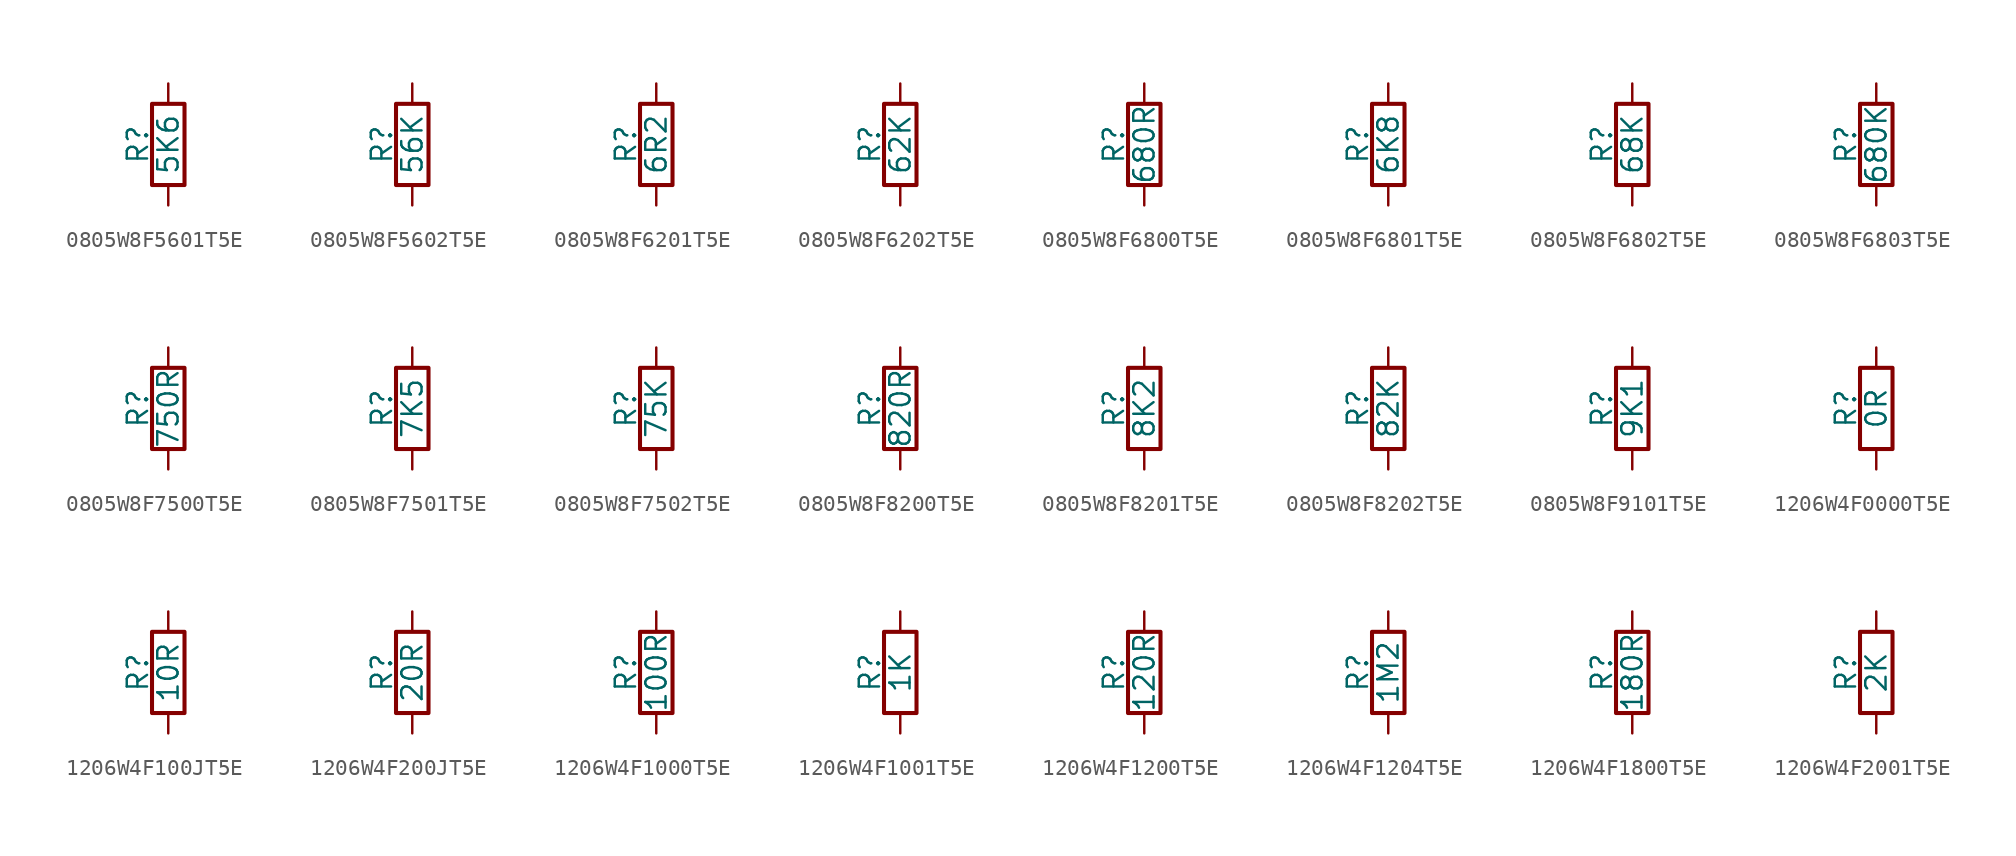
<source format=kicad_sym>
(kicad_symbol_lib
  (version 20211014)
  (generator conandllu_kicad_symbol_generator_20230404_23:29:43)
  (symbol "0805W8F5601T5E"
    (pin_numbers hide)
    (pin_names
      (offset 0))
    (property "Reference" "R"
      (at -1.905 0 90)
      (effects (font (size 1.27 1.27))))
    (property "Value" "5K6"
      (at 0 0 90)
      (effects (font (size 1.27 1.27))))
    (symbol "0805W8F5601T5E_0_1"
      (rectangle (start -1.016 -2.54) (end 1.016 2.54) (stroke (width 0.254) (type default) (color 0 0 0 0)) (fill (type none))))
    (symbol "0805W8F5601T5E_1_1"
      (pin passive line (at 0 3.81 270) (length 1.27) (name "~" (effects (font (size 1.27 1.27)))) (number "1" (effects (font (size 1.27 1.27)))))
      (pin passive line (at 0 -3.81 90) (length 1.27) (name "~" (effects (font (size 1.27 1.27)))) (number "2" (effects (font (size 1.27 1.27)))))))
  (symbol "0805W8F5602T5E"
    (pin_numbers hide)
    (pin_names
      (offset 0))
    (property "Reference" "R"
      (at -1.905 0 90)
      (effects (font (size 1.27 1.27))))
    (property "Value" "56K"
      (at 0 0 90)
      (effects (font (size 1.27 1.27))))
    (symbol "0805W8F5602T5E_0_1"
      (rectangle (start -1.016 -2.54) (end 1.016 2.54) (stroke (width 0.254) (type default) (color 0 0 0 0)) (fill (type none))))
    (symbol "0805W8F5602T5E_1_1"
      (pin passive line (at 0 3.81 270) (length 1.27) (name "~" (effects (font (size 1.27 1.27)))) (number "1" (effects (font (size 1.27 1.27)))))
      (pin passive line (at 0 -3.81 90) (length 1.27) (name "~" (effects (font (size 1.27 1.27)))) (number "2" (effects (font (size 1.27 1.27)))))))
  (symbol "0805W8F6201T5E"
    (pin_numbers hide)
    (pin_names
      (offset 0))
    (property "Reference" "R"
      (at -1.905 0 90)
      (effects (font (size 1.27 1.27))))
    (property "Value" "6R2"
      (at 0 0 90)
      (effects (font (size 1.27 1.27))))
    (symbol "0805W8F6201T5E_0_1"
      (rectangle (start -1.016 -2.54) (end 1.016 2.54) (stroke (width 0.254) (type default) (color 0 0 0 0)) (fill (type none))))
    (symbol "0805W8F6201T5E_1_1"
      (pin passive line (at 0 3.81 270) (length 1.27) (name "~" (effects (font (size 1.27 1.27)))) (number "1" (effects (font (size 1.27 1.27)))))
      (pin passive line (at 0 -3.81 90) (length 1.27) (name "~" (effects (font (size 1.27 1.27)))) (number "2" (effects (font (size 1.27 1.27)))))))
  (symbol "0805W8F6202T5E"
    (pin_numbers hide)
    (pin_names
      (offset 0))
    (property "Reference" "R"
      (at -1.905 0 90)
      (effects (font (size 1.27 1.27))))
    (property "Value" "62K"
      (at 0 0 90)
      (effects (font (size 1.27 1.27))))
    (symbol "0805W8F6202T5E_0_1"
      (rectangle (start -1.016 -2.54) (end 1.016 2.54) (stroke (width 0.254) (type default) (color 0 0 0 0)) (fill (type none))))
    (symbol "0805W8F6202T5E_1_1"
      (pin passive line (at 0 3.81 270) (length 1.27) (name "~" (effects (font (size 1.27 1.27)))) (number "1" (effects (font (size 1.27 1.27)))))
      (pin passive line (at 0 -3.81 90) (length 1.27) (name "~" (effects (font (size 1.27 1.27)))) (number "2" (effects (font (size 1.27 1.27)))))))
  (symbol "0805W8F6800T5E"
    (pin_numbers hide)
    (pin_names
      (offset 0))
    (property "Reference" "R"
      (at -1.905 0 90)
      (effects (font (size 1.27 1.27))))
    (property "Value" "680R"
      (at 0 0 90)
      (effects (font (size 1.27 1.27))))
    (symbol "0805W8F6800T5E_0_1"
      (rectangle (start -1.016 -2.54) (end 1.016 2.54) (stroke (width 0.254) (type default) (color 0 0 0 0)) (fill (type none))))
    (symbol "0805W8F6800T5E_1_1"
      (pin passive line (at 0 3.81 270) (length 1.27) (name "~" (effects (font (size 1.27 1.27)))) (number "1" (effects (font (size 1.27 1.27)))))
      (pin passive line (at 0 -3.81 90) (length 1.27) (name "~" (effects (font (size 1.27 1.27)))) (number "2" (effects (font (size 1.27 1.27)))))))
  (symbol "0805W8F6801T5E"
    (pin_numbers hide)
    (pin_names
      (offset 0))
    (property "Reference" "R"
      (at -1.905 0 90)
      (effects (font (size 1.27 1.27))))
    (property "Value" "6K8"
      (at 0 0 90)
      (effects (font (size 1.27 1.27))))
    (symbol "0805W8F6801T5E_0_1"
      (rectangle (start -1.016 -2.54) (end 1.016 2.54) (stroke (width 0.254) (type default) (color 0 0 0 0)) (fill (type none))))
    (symbol "0805W8F6801T5E_1_1"
      (pin passive line (at 0 3.81 270) (length 1.27) (name "~" (effects (font (size 1.27 1.27)))) (number "1" (effects (font (size 1.27 1.27)))))
      (pin passive line (at 0 -3.81 90) (length 1.27) (name "~" (effects (font (size 1.27 1.27)))) (number "2" (effects (font (size 1.27 1.27)))))))
  (symbol "0805W8F6802T5E"
    (pin_numbers hide)
    (pin_names
      (offset 0))
    (property "Reference" "R"
      (at -1.905 0 90)
      (effects (font (size 1.27 1.27))))
    (property "Value" "68K"
      (at 0 0 90)
      (effects (font (size 1.27 1.27))))
    (symbol "0805W8F6802T5E_0_1"
      (rectangle (start -1.016 -2.54) (end 1.016 2.54) (stroke (width 0.254) (type default) (color 0 0 0 0)) (fill (type none))))
    (symbol "0805W8F6802T5E_1_1"
      (pin passive line (at 0 3.81 270) (length 1.27) (name "~" (effects (font (size 1.27 1.27)))) (number "1" (effects (font (size 1.27 1.27)))))
      (pin passive line (at 0 -3.81 90) (length 1.27) (name "~" (effects (font (size 1.27 1.27)))) (number "2" (effects (font (size 1.27 1.27)))))))
  (symbol "0805W8F6803T5E"
    (pin_numbers hide)
    (pin_names
      (offset 0))
    (property "Reference" "R"
      (at -1.905 0 90)
      (effects (font (size 1.27 1.27))))
    (property "Value" "680K"
      (at 0 0 90)
      (effects (font (size 1.27 1.27))))
    (symbol "0805W8F6803T5E_0_1"
      (rectangle (start -1.016 -2.54) (end 1.016 2.54) (stroke (width 0.254) (type default) (color 0 0 0 0)) (fill (type none))))
    (symbol "0805W8F6803T5E_1_1"
      (pin passive line (at 0 3.81 270) (length 1.27) (name "~" (effects (font (size 1.27 1.27)))) (number "1" (effects (font (size 1.27 1.27)))))
      (pin passive line (at 0 -3.81 90) (length 1.27) (name "~" (effects (font (size 1.27 1.27)))) (number "2" (effects (font (size 1.27 1.27)))))))
  (symbol "0805W8F7500T5E"
    (pin_numbers hide)
    (pin_names
      (offset 0))
    (property "Reference" "R"
      (at -1.905 0 90)
      (effects (font (size 1.27 1.27))))
    (property "Value" "750R"
      (at 0 0 90)
      (effects (font (size 1.27 1.27))))
    (symbol "0805W8F7500T5E_0_1"
      (rectangle (start -1.016 -2.54) (end 1.016 2.54) (stroke (width 0.254) (type default) (color 0 0 0 0)) (fill (type none))))
    (symbol "0805W8F7500T5E_1_1"
      (pin passive line (at 0 3.81 270) (length 1.27) (name "~" (effects (font (size 1.27 1.27)))) (number "1" (effects (font (size 1.27 1.27)))))
      (pin passive line (at 0 -3.81 90) (length 1.27) (name "~" (effects (font (size 1.27 1.27)))) (number "2" (effects (font (size 1.27 1.27)))))))
  (symbol "0805W8F7501T5E"
    (pin_numbers hide)
    (pin_names
      (offset 0))
    (property "Reference" "R"
      (at -1.905 0 90)
      (effects (font (size 1.27 1.27))))
    (property "Value" "7K5"
      (at 0 0 90)
      (effects (font (size 1.27 1.27))))
    (symbol "0805W8F7501T5E_0_1"
      (rectangle (start -1.016 -2.54) (end 1.016 2.54) (stroke (width 0.254) (type default) (color 0 0 0 0)) (fill (type none))))
    (symbol "0805W8F7501T5E_1_1"
      (pin passive line (at 0 3.81 270) (length 1.27) (name "~" (effects (font (size 1.27 1.27)))) (number "1" (effects (font (size 1.27 1.27)))))
      (pin passive line (at 0 -3.81 90) (length 1.27) (name "~" (effects (font (size 1.27 1.27)))) (number "2" (effects (font (size 1.27 1.27)))))))
  (symbol "0805W8F7502T5E"
    (pin_numbers hide)
    (pin_names
      (offset 0))
    (property "Reference" "R"
      (at -1.905 0 90)
      (effects (font (size 1.27 1.27))))
    (property "Value" "75K"
      (at 0 0 90)
      (effects (font (size 1.27 1.27))))
    (symbol "0805W8F7502T5E_0_1"
      (rectangle (start -1.016 -2.54) (end 1.016 2.54) (stroke (width 0.254) (type default) (color 0 0 0 0)) (fill (type none))))
    (symbol "0805W8F7502T5E_1_1"
      (pin passive line (at 0 3.81 270) (length 1.27) (name "~" (effects (font (size 1.27 1.27)))) (number "1" (effects (font (size 1.27 1.27)))))
      (pin passive line (at 0 -3.81 90) (length 1.27) (name "~" (effects (font (size 1.27 1.27)))) (number "2" (effects (font (size 1.27 1.27)))))))
  (symbol "0805W8F8200T5E"
    (pin_numbers hide)
    (pin_names
      (offset 0))
    (property "Reference" "R"
      (at -1.905 0 90)
      (effects (font (size 1.27 1.27))))
    (property "Value" "820R"
      (at 0 0 90)
      (effects (font (size 1.27 1.27))))
    (symbol "0805W8F8200T5E_0_1"
      (rectangle (start -1.016 -2.54) (end 1.016 2.54) (stroke (width 0.254) (type default) (color 0 0 0 0)) (fill (type none))))
    (symbol "0805W8F8200T5E_1_1"
      (pin passive line (at 0 3.81 270) (length 1.27) (name "~" (effects (font (size 1.27 1.27)))) (number "1" (effects (font (size 1.27 1.27)))))
      (pin passive line (at 0 -3.81 90) (length 1.27) (name "~" (effects (font (size 1.27 1.27)))) (number "2" (effects (font (size 1.27 1.27)))))))
  (symbol "0805W8F8201T5E"
    (pin_numbers hide)
    (pin_names
      (offset 0))
    (property "Reference" "R"
      (at -1.905 0 90)
      (effects (font (size 1.27 1.27))))
    (property "Value" "8K2"
      (at 0 0 90)
      (effects (font (size 1.27 1.27))))
    (symbol "0805W8F8201T5E_0_1"
      (rectangle (start -1.016 -2.54) (end 1.016 2.54) (stroke (width 0.254) (type default) (color 0 0 0 0)) (fill (type none))))
    (symbol "0805W8F8201T5E_1_1"
      (pin passive line (at 0 3.81 270) (length 1.27) (name "~" (effects (font (size 1.27 1.27)))) (number "1" (effects (font (size 1.27 1.27)))))
      (pin passive line (at 0 -3.81 90) (length 1.27) (name "~" (effects (font (size 1.27 1.27)))) (number "2" (effects (font (size 1.27 1.27)))))))
  (symbol "0805W8F8202T5E"
    (pin_numbers hide)
    (pin_names
      (offset 0))
    (property "Reference" "R"
      (at -1.905 0 90)
      (effects (font (size 1.27 1.27))))
    (property "Value" "82K"
      (at 0 0 90)
      (effects (font (size 1.27 1.27))))
    (symbol "0805W8F8202T5E_0_1"
      (rectangle (start -1.016 -2.54) (end 1.016 2.54) (stroke (width 0.254) (type default) (color 0 0 0 0)) (fill (type none))))
    (symbol "0805W8F8202T5E_1_1"
      (pin passive line (at 0 3.81 270) (length 1.27) (name "~" (effects (font (size 1.27 1.27)))) (number "1" (effects (font (size 1.27 1.27)))))
      (pin passive line (at 0 -3.81 90) (length 1.27) (name "~" (effects (font (size 1.27 1.27)))) (number "2" (effects (font (size 1.27 1.27)))))))
  (symbol "0805W8F9101T5E"
    (pin_numbers hide)
    (pin_names
      (offset 0))
    (property "Reference" "R"
      (at -1.905 0 90)
      (effects (font (size 1.27 1.27))))
    (property "Value" "9K1"
      (at 0 0 90)
      (effects (font (size 1.27 1.27))))
    (symbol "0805W8F9101T5E_0_1"
      (rectangle (start -1.016 -2.54) (end 1.016 2.54) (stroke (width 0.254) (type default) (color 0 0 0 0)) (fill (type none))))
    (symbol "0805W8F9101T5E_1_1"
      (pin passive line (at 0 3.81 270) (length 1.27) (name "~" (effects (font (size 1.27 1.27)))) (number "1" (effects (font (size 1.27 1.27)))))
      (pin passive line (at 0 -3.81 90) (length 1.27) (name "~" (effects (font (size 1.27 1.27)))) (number "2" (effects (font (size 1.27 1.27)))))))
  (symbol "1206W4F0000T5E"
    (pin_numbers hide)
    (pin_names
      (offset 0))
    (property "Reference" "R"
      (at -1.905 0 90)
      (effects (font (size 1.27 1.27))))
    (property "Value" "0R"
      (at 0 0 90)
      (effects (font (size 1.27 1.27))))
    (symbol "1206W4F0000T5E_0_1"
      (rectangle (start -1.016 -2.54) (end 1.016 2.54) (stroke (width 0.254) (type default) (color 0 0 0 0)) (fill (type none))))
    (symbol "1206W4F0000T5E_1_1"
      (pin passive line (at 0 3.81 270) (length 1.27) (name "~" (effects (font (size 1.27 1.27)))) (number "1" (effects (font (size 1.27 1.27)))))
      (pin passive line (at 0 -3.81 90) (length 1.27) (name "~" (effects (font (size 1.27 1.27)))) (number "2" (effects (font (size 1.27 1.27)))))))
  (symbol "1206W4F100JT5E"
    (pin_numbers hide)
    (pin_names
      (offset 0))
    (property "Reference" "R"
      (at -1.905 0 90)
      (effects (font (size 1.27 1.27))))
    (property "Value" "10R"
      (at 0 0 90)
      (effects (font (size 1.27 1.27))))
    (symbol "1206W4F100JT5E_0_1"
      (rectangle (start -1.016 -2.54) (end 1.016 2.54) (stroke (width 0.254) (type default) (color 0 0 0 0)) (fill (type none))))
    (symbol "1206W4F100JT5E_1_1"
      (pin passive line (at 0 3.81 270) (length 1.27) (name "~" (effects (font (size 1.27 1.27)))) (number "1" (effects (font (size 1.27 1.27)))))
      (pin passive line (at 0 -3.81 90) (length 1.27) (name "~" (effects (font (size 1.27 1.27)))) (number "2" (effects (font (size 1.27 1.27)))))))
  (symbol "1206W4F200JT5E"
    (pin_numbers hide)
    (pin_names
      (offset 0))
    (property "Reference" "R"
      (at -1.905 0 90)
      (effects (font (size 1.27 1.27))))
    (property "Value" "20R"
      (at 0 0 90)
      (effects (font (size 1.27 1.27))))
    (symbol "1206W4F200JT5E_0_1"
      (rectangle (start -1.016 -2.54) (end 1.016 2.54) (stroke (width 0.254) (type default) (color 0 0 0 0)) (fill (type none))))
    (symbol "1206W4F200JT5E_1_1"
      (pin passive line (at 0 3.81 270) (length 1.27) (name "~" (effects (font (size 1.27 1.27)))) (number "1" (effects (font (size 1.27 1.27)))))
      (pin passive line (at 0 -3.81 90) (length 1.27) (name "~" (effects (font (size 1.27 1.27)))) (number "2" (effects (font (size 1.27 1.27)))))))
  (symbol "1206W4F1000T5E"
    (pin_numbers hide)
    (pin_names
      (offset 0))
    (property "Reference" "R"
      (at -1.905 0 90)
      (effects (font (size 1.27 1.27))))
    (property "Value" "100R "
      (at 0 0 90)
      (effects (font (size 1.27 1.27))))
    (symbol "1206W4F1000T5E_0_1"
      (rectangle (start -1.016 -2.54) (end 1.016 2.54) (stroke (width 0.254) (type default) (color 0 0 0 0)) (fill (type none))))
    (symbol "1206W4F1000T5E_1_1"
      (pin passive line (at 0 3.81 270) (length 1.27) (name "~" (effects (font (size 1.27 1.27)))) (number "1" (effects (font (size 1.27 1.27)))))
      (pin passive line (at 0 -3.81 90) (length 1.27) (name "~" (effects (font (size 1.27 1.27)))) (number "2" (effects (font (size 1.27 1.27)))))))
  (symbol "1206W4F1001T5E"
    (pin_numbers hide)
    (pin_names
      (offset 0))
    (property "Reference" "R"
      (at -1.905 0 90)
      (effects (font (size 1.27 1.27))))
    (property "Value" "1K"
      (at 0 0 90)
      (effects (font (size 1.27 1.27))))
    (symbol "1206W4F1001T5E_0_1"
      (rectangle (start -1.016 -2.54) (end 1.016 2.54) (stroke (width 0.254) (type default) (color 0 0 0 0)) (fill (type none))))
    (symbol "1206W4F1001T5E_1_1"
      (pin passive line (at 0 3.81 270) (length 1.27) (name "~" (effects (font (size 1.27 1.27)))) (number "1" (effects (font (size 1.27 1.27)))))
      (pin passive line (at 0 -3.81 90) (length 1.27) (name "~" (effects (font (size 1.27 1.27)))) (number "2" (effects (font (size 1.27 1.27)))))))
  (symbol "1206W4F1200T5E"
    (pin_numbers hide)
    (pin_names
      (offset 0))
    (property "Reference" "R"
      (at -1.905 0 90)
      (effects (font (size 1.27 1.27))))
    (property "Value" "120R"
      (at 0 0 90)
      (effects (font (size 1.27 1.27))))
    (symbol "1206W4F1200T5E_0_1"
      (rectangle (start -1.016 -2.54) (end 1.016 2.54) (stroke (width 0.254) (type default) (color 0 0 0 0)) (fill (type none))))
    (symbol "1206W4F1200T5E_1_1"
      (pin passive line (at 0 3.81 270) (length 1.27) (name "~" (effects (font (size 1.27 1.27)))) (number "1" (effects (font (size 1.27 1.27)))))
      (pin passive line (at 0 -3.81 90) (length 1.27) (name "~" (effects (font (size 1.27 1.27)))) (number "2" (effects (font (size 1.27 1.27)))))))
  (symbol "1206W4F1204T5E"
    (pin_numbers hide)
    (pin_names
      (offset 0))
    (property "Reference" "R"
      (at -1.905 0 90)
      (effects (font (size 1.27 1.27))))
    (property "Value" "1M2"
      (at 0 0 90)
      (effects (font (size 1.27 1.27))))
    (symbol "1206W4F1204T5E_0_1"
      (rectangle (start -1.016 -2.54) (end 1.016 2.54) (stroke (width 0.254) (type default) (color 0 0 0 0)) (fill (type none))))
    (symbol "1206W4F1204T5E_1_1"
      (pin passive line (at 0 3.81 270) (length 1.27) (name "~" (effects (font (size 1.27 1.27)))) (number "1" (effects (font (size 1.27 1.27)))))
      (pin passive line (at 0 -3.81 90) (length 1.27) (name "~" (effects (font (size 1.27 1.27)))) (number "2" (effects (font (size 1.27 1.27)))))))
  (symbol "1206W4F1800T5E"
    (pin_numbers hide)
    (pin_names
      (offset 0))
    (property "Reference" "R"
      (at -1.905 0 90)
      (effects (font (size 1.27 1.27))))
    (property "Value" "180R"
      (at 0 0 90)
      (effects (font (size 1.27 1.27))))
    (symbol "1206W4F1800T5E_0_1"
      (rectangle (start -1.016 -2.54) (end 1.016 2.54) (stroke (width 0.254) (type default) (color 0 0 0 0)) (fill (type none))))
    (symbol "1206W4F1800T5E_1_1"
      (pin passive line (at 0 3.81 270) (length 1.27) (name "~" (effects (font (size 1.27 1.27)))) (number "1" (effects (font (size 1.27 1.27)))))
      (pin passive line (at 0 -3.81 90) (length 1.27) (name "~" (effects (font (size 1.27 1.27)))) (number "2" (effects (font (size 1.27 1.27)))))))
  (symbol "1206W4F2001T5E"
    (pin_numbers hide)
    (pin_names
      (offset 0))
    (property "Reference" "R"
      (at -1.905 0 90)
      (effects (font (size 1.27 1.27))))
    (property "Value" "2K"
      (at 0 0 90)
      (effects (font (size 1.27 1.27))))
    (symbol "1206W4F2001T5E_0_1"
      (rectangle (start -1.016 -2.54) (end 1.016 2.54) (stroke (width 0.254) (type default) (color 0 0 0 0)) (fill (type none))))
    (symbol "1206W4F2001T5E_1_1"
      (pin passive line (at 0 3.81 270) (length 1.27) (name "~" (effects (font (size 1.27 1.27)))) (number "1" (effects (font (size 1.27 1.27)))))
      (pin passive line (at 0 -3.81 90) (length 1.27) (name "~" (effects (font (size 1.27 1.27)))) (number "2" (effects (font (size 1.27 1.27))))))))
</source>
